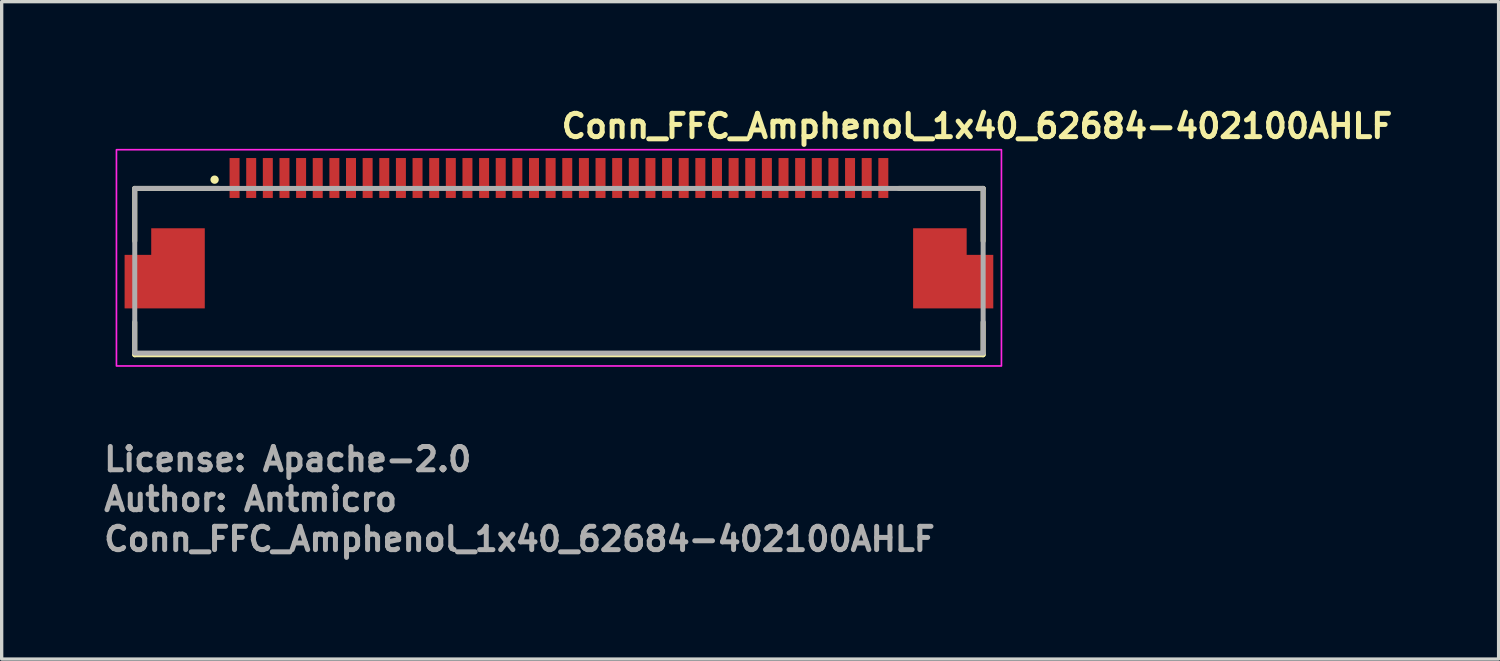
<source format=kicad_pcb>
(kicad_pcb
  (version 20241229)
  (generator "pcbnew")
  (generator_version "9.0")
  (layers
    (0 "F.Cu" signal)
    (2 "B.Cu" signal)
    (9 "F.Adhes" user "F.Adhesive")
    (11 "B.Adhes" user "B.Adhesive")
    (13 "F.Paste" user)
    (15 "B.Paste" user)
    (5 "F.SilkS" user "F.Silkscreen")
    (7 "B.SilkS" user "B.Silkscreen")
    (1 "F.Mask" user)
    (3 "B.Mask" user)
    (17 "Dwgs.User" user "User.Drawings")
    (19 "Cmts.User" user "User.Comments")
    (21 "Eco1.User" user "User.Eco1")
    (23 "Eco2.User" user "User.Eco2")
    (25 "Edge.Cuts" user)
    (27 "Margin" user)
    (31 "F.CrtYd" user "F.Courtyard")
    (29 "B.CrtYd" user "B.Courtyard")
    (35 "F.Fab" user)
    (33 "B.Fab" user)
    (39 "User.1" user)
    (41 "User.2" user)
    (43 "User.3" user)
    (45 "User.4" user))
  (footprint "Conn_FFC_Amphenol_1x40_62684-402100AHLF"
    (layer "F.Cu")
    (at 13.75 4.85)
    (property "Reference" "Conn_FFC_Amphenol_1x40_62684-402100AHLF" (at 0 -3.7 0) (layer "F.SilkS") (effects (font (size 0.7 0.7) (thickness 0.15)) (justify left bottom)))
    (attr smd)
    (fp_poly (pts (xy -10.55 -1.137) (xy -12.35 -1.137) (xy -12.35 -0.337) (xy -13.15 -0.337) (xy -13.15 1.463) (xy -10.55 1.463)) (stroke (width 0.01) (type solid)) (fill yes) (layer "F.Mask"))
    (fp_poly (pts (xy 10.55 -1.137) (xy 12.35 -1.137) (xy 12.35 -0.337) (xy 13.15 -0.337) (xy 13.15 1.463) (xy 10.55 1.463)) (stroke (width 0.01) (type solid)) (fill yes) (layer "F.Mask"))
    (fp_line (start -12.75 -2.237) (end -12.75 -0.657) (stroke (width 0.15) (type solid)) (layer "F.SilkS"))
    (fp_line (start -12.75 -2.237) (end -10.22 -2.237) (stroke (width 0.15) (type solid)) (layer "F.SilkS"))
    (fp_line (start -12.75 2.763) (end -12.75 1.783) (stroke (width 0.15) (type solid)) (layer "F.SilkS"))
    (fp_line (start 12.75 -2.237) (end 10.22 -2.237) (stroke (width 0.15) (type solid)) (layer "F.SilkS"))
    (fp_line (start 12.75 -0.657) (end 12.75 -2.237) (stroke (width 0.15) (type solid)) (layer "F.SilkS"))
    (fp_line (start 12.75 1.783) (end 12.75 2.763) (stroke (width 0.15) (type solid)) (layer "F.SilkS"))
    (fp_line (start 12.75 2.763) (end -12.75 2.763) (stroke (width 0.15) (type solid)) (layer "F.SilkS"))
    (fp_circle (center -10.35 -2.5) (end -10.3 -2.5) (stroke (width 0.15) (type solid)) (fill yes) (layer "F.SilkS"))
    (fp_poly (pts (xy -10.65 -1.037) (xy -12.25 -1.037) (xy -12.25 -0.237) (xy -13.05 -0.237) (xy -13.05 1.363) (xy -10.65 1.363)) (stroke (width 0.01) (type solid)) (fill yes) (layer "F.Paste"))
    (fp_poly (pts (xy 10.65 -1.037) (xy 12.25 -1.037) (xy 12.25 -0.237) (xy 13.05 -0.237) (xy 13.05 1.363) (xy 10.65 1.363)) (stroke (width 0.01) (type solid)) (fill yes) (layer "F.Paste"))
    (fp_rect (start -13.3 -3.4) (end 13.3 3.1) (stroke (width 0.05) (type solid)) (fill no) (layer "F.CrtYd"))
    (fp_line (start -12.75 -2.237) (end 12.75 -2.237) (stroke (width 0.15) (type solid)) (layer "F.Fab"))
    (fp_line (start -12.75 2.7) (end -12.75 -2.237) (stroke (width 0.15) (type solid)) (layer "F.Fab"))
    (fp_line (start 12.75 -2.237) (end 12.75 2.7) (stroke (width 0.15) (type solid)) (layer "F.Fab"))
    (fp_line (start 12.75 2.713) (end -12.75 2.713) (stroke (width 0.15) (type solid)) (layer "F.Fab"))
    (fp_rect (start -12.75 -2.8) (end 12.75 2.8) (stroke (width 0.1) (type solid)) (fill no) (layer "User.5"))
    (fp_line (start -12.75 0.1) (end -12.15 0.1) (stroke (width 0.02) (type solid)) (layer "User.9"))
    (fp_line (start -12.75 0.35) (end -12.75 0.1) (stroke (width 0.02) (type solid)) (layer "User.9"))
    (fp_line (start -12.75 0.85) (end -12.5 0.85) (stroke (width 0.02) (type solid)) (layer "User.9"))
    (fp_line (start -12.75 1.1) (end -12.75 0.85) (stroke (width 0.02) (type solid)) (layer "User.9"))
    (fp_line (start -12.75 1.8) (end -12.75 2.6) (stroke (width 0.02) (type solid)) (layer "User.9"))
    (fp_line (start -12.75 2.61) (end -12.75 2.6) (stroke (width 0.02) (type solid)) (layer "User.9"))
    (fp_line (start -12.749 2.62) (end -12.75 2.61) (stroke (width 0.02) (type solid)) (layer "User.9"))
    (fp_line (start -12.748 2.63) (end -12.749 2.62) (stroke (width 0.02) (type solid)) (layer "User.9"))
    (fp_line (start -12.746 2.64) (end -12.748 2.63) (stroke (width 0.02) (type solid)) (layer "User.9"))
    (fp_line (start -12.744 2.65) (end -12.746 2.64) (stroke (width 0.02) (type solid)) (layer "User.9"))
    (fp_line (start -12.741 2.659) (end -12.744 2.65) (stroke (width 0.02) (type solid)) (layer "User.9"))
    (fp_line (start -12.738 2.669) (end -12.741 2.659) (stroke (width 0.02) (type solid)) (layer "User.9"))
    (fp_line (start -12.734 2.678) (end -12.738 2.669) (stroke (width 0.02) (type solid)) (layer "User.9"))
    (fp_line (start -12.73 2.687) (end -12.734 2.678) (stroke (width 0.02) (type solid)) (layer "User.9"))
    (fp_line (start -12.726 2.695) (end -12.73 2.687) (stroke (width 0.02) (type solid)) (layer "User.9"))
    (fp_line (start -12.721 2.704) (end -12.726 2.695) (stroke (width 0.02) (type solid)) (layer "User.9"))
    (fp_line (start -12.716 2.712) (end -12.721 2.704) (stroke (width 0.02) (type solid)) (layer "User.9"))
    (fp_line (start -12.71 2.72) (end -12.716 2.712) (stroke (width 0.02) (type solid)) (layer "User.9"))
    (fp_line (start -12.704 2.727) (end -12.71 2.72) (stroke (width 0.02) (type solid)) (layer "User.9"))
    (fp_line (start -12.698 2.734) (end -12.704 2.727) (stroke (width 0.02) (type solid)) (layer "User.9"))
    (fp_line (start -12.691 2.741) (end -12.698 2.734) (stroke (width 0.02) (type solid)) (layer "User.9"))
    (fp_line (start -12.684 2.748) (end -12.691 2.741) (stroke (width 0.02) (type solid)) (layer "User.9"))
    (fp_line (start -12.677 2.754) (end -12.684 2.748) (stroke (width 0.02) (type solid)) (layer "User.9"))
    (fp_line (start -12.67 2.76) (end -12.677 2.754) (stroke (width 0.02) (type solid)) (layer "User.9"))
    (fp_line (start -12.662 2.766) (end -12.67 2.76) (stroke (width 0.02) (type solid)) (layer "User.9"))
    (fp_line (start -12.654 2.771) (end -12.662 2.766) (stroke (width 0.02) (type solid)) (layer "User.9"))
    (fp_line (start -12.645 2.776) (end -12.654 2.771) (stroke (width 0.02) (type solid)) (layer "User.9"))
    (fp_line (start -12.637 2.78) (end -12.645 2.776) (stroke (width 0.02) (type solid)) (layer "User.9"))
    (fp_line (start -12.628 2.784) (end -12.637 2.78) (stroke (width 0.02) (type solid)) (layer "User.9"))
    (fp_line (start -12.619 2.788) (end -12.628 2.784) (stroke (width 0.02) (type solid)) (layer "User.9"))
    (fp_line (start -12.609 2.791) (end -12.619 2.788) (stroke (width 0.02) (type solid)) (layer "User.9"))
    (fp_line (start -12.6 2.794) (end -12.609 2.791) (stroke (width 0.02) (type solid)) (layer "User.9"))
    (fp_line (start -12.59 2.796) (end -12.6 2.794) (stroke (width 0.02) (type solid)) (layer "User.9"))
    (fp_line (start -12.58 2.798) (end -12.59 2.796) (stroke (width 0.02) (type solid)) (layer "User.9"))
    (fp_line (start -12.57 2.799) (end -12.58 2.798) (stroke (width 0.02) (type solid)) (layer "User.9"))
    (fp_line (start -12.56 2.8) (end -12.57 2.799) (stroke (width 0.02) (type solid)) (layer "User.9"))
    (fp_line (start -12.55 1.8) (end -12.75 1.8) (stroke (width 0.02) (type solid)) (layer "User.9"))
    (fp_line (start -12.55 2.8) (end -12.56 2.8) (stroke (width 0.02) (type solid)) (layer "User.9"))
    (fp_line (start -12.55 2.8) (end -10.525 2.8) (stroke (width 0.02) (type solid)) (layer "User.9"))
    (fp_line (start -12.55 2.8) (end -10.525 2.8) (stroke (width 0.02) (type solid)) (layer "User.9"))
    (fp_line (start -12.5 0.35) (end -12.75 0.35) (stroke (width 0.02) (type solid)) (layer "User.9"))
    (fp_line (start -12.5 0.85) (end -12.5 0.35) (stroke (width 0.02) (type solid)) (layer "User.9"))
    (fp_line (start -12.217 1.1) (end -12.75 1.1) (stroke (width 0.02) (type solid)) (layer "User.9"))
    (fp_line (start -12.15 -2) (end -11.95 -2.2) (stroke (width 0.02) (type solid)) (layer "User.9"))
    (fp_line (start -12.15 0.245) (end -12.272 1.8) (stroke (width 0.02) (type solid)) (layer "User.9"))
    (fp_line (start -12.15 1.3) (end -12.15 -2) (stroke (width 0.02) (type solid)) (layer "User.9"))
    (fp_line (start -11.75 1.7) (end -12.15 1.3) (stroke (width 0.02) (type solid)) (layer "User.9"))
    (fp_line (start -11.466 1.709) (end -11.479 1.7) (stroke (width 0.02) (type solid)) (layer "User.9"))
    (fp_line (start -11.453 1.718) (end -11.466 1.709) (stroke (width 0.02) (type solid)) (layer "User.9"))
    (fp_line (start -11.439 1.726) (end -11.453 1.718) (stroke (width 0.02) (type solid)) (layer "User.9"))
    (fp_line (start -11.426 1.734) (end -11.439 1.726) (stroke (width 0.02) (type solid)) (layer "User.9"))
    (fp_line (start -11.412 1.742) (end -11.426 1.734) (stroke (width 0.02) (type solid)) (layer "User.9"))
    (fp_line (start -11.398 1.749) (end -11.412 1.742) (stroke (width 0.02) (type solid)) (layer "User.9"))
    (fp_line (start -11.384 1.756) (end -11.398 1.749) (stroke (width 0.02) (type solid)) (layer "User.9"))
    (fp_line (start -11.37 1.762) (end -11.384 1.756) (stroke (width 0.02) (type solid)) (layer "User.9"))
    (fp_line (start -11.355 1.768) (end -11.37 1.762) (stroke (width 0.02) (type solid)) (layer "User.9"))
    (fp_line (start -11.34 1.774) (end -11.383 1.7) (stroke (width 0.02) (type solid)) (layer "User.9"))
    (fp_line (start -11.34 1.774) (end -11.355 1.768) (stroke (width 0.02) (type solid)) (layer "User.9"))
    (fp_line (start -11.326 1.779) (end -11.34 1.774) (stroke (width 0.02) (type solid)) (layer "User.9"))
    (fp_line (start -11.311 1.784) (end -11.326 1.779) (stroke (width 0.02) (type solid)) (layer "User.9"))
    (fp_line (start -11.296 1.789) (end -11.311 1.784) (stroke (width 0.02) (type solid)) (layer "User.9"))
    (fp_line (start -11.281 1.793) (end -11.296 1.789) (stroke (width 0.02) (type solid)) (layer "User.9"))
    (fp_line (start -11.265 1.797) (end -11.281 1.793) (stroke (width 0.02) (type solid)) (layer "User.9"))
    (fp_line (start -11.25 1.8) (end -11.265 1.797) (stroke (width 0.02) (type solid)) (layer "User.9"))
    (fp_line (start -11.025 1.8) (end -11.025 1.7) (stroke (width 0.02) (type solid)) (layer "User.9"))
    (fp_line (start -10.525 2.8) (end -10.325 2.8) (stroke (width 0.02) (type solid)) (layer "User.9"))
    (fp_line (start -10.516 2.8) (end -10.525 2.8) (stroke (width 0.02) (type solid)) (layer "User.9"))
    (fp_line (start -10.507 2.799) (end -10.516 2.8) (stroke (width 0.02) (type solid)) (layer "User.9"))
    (fp_line (start -10.498 2.798) (end -10.507 2.799) (stroke (width 0.02) (type solid)) (layer "User.9"))
    (fp_line (start -10.489 2.797) (end -10.498 2.798) (stroke (width 0.02) (type solid)) (layer "User.9"))
    (fp_line (start -10.479 2.795) (end -10.489 2.797) (stroke (width 0.02) (type solid)) (layer "User.9"))
    (fp_line (start -10.47 2.792) (end -10.479 2.795) (stroke (width 0.02) (type solid)) (layer "User.9"))
    (fp_line (start -10.461 2.789) (end -10.47 2.792) (stroke (width 0.02) (type solid)) (layer "User.9"))
    (fp_line (start -10.451 2.786) (end -10.461 2.789) (stroke (width 0.02) (type solid)) (layer "User.9"))
    (fp_line (start -10.442 2.782) (end -10.451 2.786) (stroke (width 0.02) (type solid)) (layer "User.9"))
    (fp_line (start -10.433 2.778) (end -10.442 2.782) (stroke (width 0.02) (type solid)) (layer "User.9"))
    (fp_line (start -10.424 2.773) (end -10.433 2.778) (stroke (width 0.02) (type solid)) (layer "User.9"))
    (fp_line (start -10.416 2.767) (end -10.424 2.773) (stroke (width 0.02) (type solid)) (layer "User.9"))
    (fp_line (start -10.407 2.762) (end -10.416 2.767) (stroke (width 0.02) (type solid)) (layer "User.9"))
    (fp_line (start -10.399 2.755) (end -10.407 2.762) (stroke (width 0.02) (type solid)) (layer "User.9"))
    (fp_line (start -10.391 2.749) (end -10.399 2.755) (stroke (width 0.02) (type solid)) (layer "User.9"))
    (fp_line (start -10.384 2.741) (end -10.391 2.749) (stroke (width 0.02) (type solid)) (layer "User.9"))
    (fp_line (start -10.384 2.741) (end -10.384 2.741) (stroke (width 0.02) (type solid)) (layer "User.9"))
    (fp_line (start -10.376 2.734) (end -10.384 2.741) (stroke (width 0.02) (type solid)) (layer "User.9"))
    (fp_line (start -10.37 2.726) (end -10.376 2.734) (stroke (width 0.02) (type solid)) (layer "User.9"))
    (fp_line (start -10.363 2.718) (end -10.37 2.726) (stroke (width 0.02) (type solid)) (layer "User.9"))
    (fp_line (start -10.358 2.709) (end -10.363 2.718) (stroke (width 0.02) (type solid)) (layer "User.9"))
    (fp_line (start -10.352 2.701) (end -10.358 2.709) (stroke (width 0.02) (type solid)) (layer "User.9"))
    (fp_line (start -10.347 2.692) (end -10.352 2.701) (stroke (width 0.02) (type solid)) (layer "User.9"))
    (fp_line (start -10.343 2.683) (end -10.347 2.692) (stroke (width 0.02) (type solid)) (layer "User.9"))
    (fp_line (start -10.339 2.674) (end -10.343 2.683) (stroke (width 0.02) (type solid)) (layer "User.9"))
    (fp_line (start -10.336 2.664) (end -10.339 2.674) (stroke (width 0.02) (type solid)) (layer "User.9"))
    (fp_line (start -10.333 2.655) (end -10.336 2.664) (stroke (width 0.02) (type solid)) (layer "User.9"))
    (fp_line (start -10.33 2.646) (end -10.333 2.655) (stroke (width 0.02) (type solid)) (layer "User.9"))
    (fp_line (start -10.328 2.636) (end -10.33 2.646) (stroke (width 0.02) (type solid)) (layer "User.9"))
    (fp_line (start -10.327 2.627) (end -10.328 2.636) (stroke (width 0.02) (type solid)) (layer "User.9"))
    (fp_line (start -10.326 2.618) (end -10.327 2.627) (stroke (width 0.02) (type solid)) (layer "User.9"))
    (fp_line (start -10.325 1.7) (end -11.75 1.7) (stroke (width 0.02) (type solid)) (layer "User.9"))
    (fp_line (start -10.325 1.8) (end -12.55 1.8) (stroke (width 0.02) (type solid)) (layer "User.9"))
    (fp_line (start -10.325 2.6) (end -10.325 2.609) (stroke (width 0.02) (type solid)) (layer "User.9"))
    (fp_line (start -10.325 2.609) (end -10.326 2.618) (stroke (width 0.02) (type solid)) (layer "User.9"))
    (fp_line (start -10.325 2.8) (end -10.325 1.7) (stroke (width 0.02) (type solid)) (layer "User.9"))
    (fp_line (start -10.325 2.8) (end 10.325 2.8) (stroke (width 0.02) (type solid)) (layer "User.9"))
    (fp_line (start -9.85 -2.8) (end -9.85 -2.3) (stroke (width 0.02) (type solid)) (layer "User.9"))
    (fp_line (start -9.85 -2.3) (end -9.85 -2.2) (stroke (width 0.02) (type solid)) (layer "User.9"))
    (fp_line (start -9.65 -2.8) (end -9.85 -2.8) (stroke (width 0.02) (type solid)) (layer "User.9"))
    (fp_line (start -9.65 -2.8) (end -9.65 -2.3) (stroke (width 0.02) (type solid)) (layer "User.9"))
    (fp_line (start -9.65 -2.3) (end -9.85 -2.3) (stroke (width 0.02) (type solid)) (layer "User.9"))
    (fp_line (start -9.65 -2.3) (end -9.65 -2.2) (stroke (width 0.02) (type solid)) (layer "User.9"))
    (fp_line (start -9.35 -2.8) (end -9.35 -2.3) (stroke (width 0.02) (type solid)) (layer "User.9"))
    (fp_line (start -9.35 -2.3) (end -9.35 -2.2) (stroke (width 0.02) (type solid)) (layer "User.9"))
    (fp_line (start -9.15 -2.8) (end -9.35 -2.8) (stroke (width 0.02) (type solid)) (layer "User.9"))
    (fp_line (start -9.15 -2.8) (end -9.15 -2.3) (stroke (width 0.02) (type solid)) (layer "User.9"))
    (fp_line (start -9.15 -2.3) (end -9.35 -2.3) (stroke (width 0.02) (type solid)) (layer "User.9"))
    (fp_line (start -9.15 -2.3) (end -9.15 -2.2) (stroke (width 0.02) (type solid)) (layer "User.9"))
    (fp_line (start -8.85 -2.8) (end -8.85 -2.3) (stroke (width 0.02) (type solid)) (layer "User.9"))
    (fp_line (start -8.85 -2.3) (end -8.85 -2.2) (stroke (width 0.02) (type solid)) (layer "User.9"))
    (fp_line (start -8.65 -2.8) (end -8.85 -2.8) (stroke (width 0.02) (type solid)) (layer "User.9"))
    (fp_line (start -8.65 -2.8) (end -8.65 -2.3) (stroke (width 0.02) (type solid)) (layer "User.9"))
    (fp_line (start -8.65 -2.3) (end -8.85 -2.3) (stroke (width 0.02) (type solid)) (layer "User.9"))
    (fp_line (start -8.65 -2.3) (end -8.65 -2.2) (stroke (width 0.02) (type solid)) (layer "User.9"))
    (fp_line (start -8.35 -2.8) (end -8.35 -2.3) (stroke (width 0.02) (type solid)) (layer "User.9"))
    (fp_line (start -8.35 -2.3) (end -8.35 -2.2) (stroke (width 0.02) (type solid)) (layer "User.9"))
    (fp_line (start -8.15 -2.8) (end -8.35 -2.8) (stroke (width 0.02) (type solid)) (layer "User.9"))
    (fp_line (start -8.15 -2.8) (end -8.15 -2.3) (stroke (width 0.02) (type solid)) (layer "User.9"))
    (fp_line (start -8.15 -2.3) (end -8.35 -2.3) (stroke (width 0.02) (type solid)) (layer "User.9"))
    (fp_line (start -8.15 -2.3) (end -8.15 -2.2) (stroke (width 0.02) (type solid)) (layer "User.9"))
    (fp_line (start -7.85 -2.8) (end -7.85 -2.3) (stroke (width 0.02) (type solid)) (layer "User.9"))
    (fp_line (start -7.85 -2.3) (end -7.85 -2.2) (stroke (width 0.02) (type solid)) (layer "User.9"))
    (fp_line (start -7.65 -2.8) (end -7.85 -2.8) (stroke (width 0.02) (type solid)) (layer "User.9"))
    (fp_line (start -7.65 -2.8) (end -7.65 -2.3) (stroke (width 0.02) (type solid)) (layer "User.9"))
    (fp_line (start -7.65 -2.3) (end -7.85 -2.3) (stroke (width 0.02) (type solid)) (layer "User.9"))
    (fp_line (start -7.65 -2.3) (end -7.65 -2.2) (stroke (width 0.02) (type solid)) (layer "User.9"))
    (fp_line (start -7.35 -2.8) (end -7.35 -2.3) (stroke (width 0.02) (type solid)) (layer "User.9"))
    (fp_line (start -7.35 -2.3) (end -7.35 -2.2) (stroke (width 0.02) (type solid)) (layer "User.9"))
    (fp_line (start -7.15 -2.8) (end -7.35 -2.8) (stroke (width 0.02) (type solid)) (layer "User.9"))
    (fp_line (start -7.15 -2.8) (end -7.15 -2.3) (stroke (width 0.02) (type solid)) (layer "User.9"))
    (fp_line (start -7.15 -2.3) (end -7.35 -2.3) (stroke (width 0.02) (type solid)) (layer "User.9"))
    (fp_line (start -7.15 -2.3) (end -7.15 -2.2) (stroke (width 0.02) (type solid)) (layer "User.9"))
    (fp_line (start -6.85 -2.8) (end -6.85 -2.3) (stroke (width 0.02) (type solid)) (layer "User.9"))
    (fp_line (start -6.85 -2.3) (end -6.85 -2.2) (stroke (width 0.02) (type solid)) (layer "User.9"))
    (fp_line (start -6.65 -2.8) (end -6.85 -2.8) (stroke (width 0.02) (type solid)) (layer "User.9"))
    (fp_line (start -6.65 -2.8) (end -6.65 -2.3) (stroke (width 0.02) (type solid)) (layer "User.9"))
    (fp_line (start -6.65 -2.3) (end -6.85 -2.3) (stroke (width 0.02) (type solid)) (layer "User.9"))
    (fp_line (start -6.65 -2.3) (end -6.65 -2.2) (stroke (width 0.02) (type solid)) (layer "User.9"))
    (fp_line (start -6.35 -2.8) (end -6.35 -2.3) (stroke (width 0.02) (type solid)) (layer "User.9"))
    (fp_line (start -6.35 -2.3) (end -6.35 -2.2) (stroke (width 0.02) (type solid)) (layer "User.9"))
    (fp_line (start -6.15 -2.8) (end -6.35 -2.8) (stroke (width 0.02) (type solid)) (layer "User.9"))
    (fp_line (start -6.15 -2.8) (end -6.15 -2.3) (stroke (width 0.02) (type solid)) (layer "User.9"))
    (fp_line (start -6.15 -2.3) (end -6.35 -2.3) (stroke (width 0.02) (type solid)) (layer "User.9"))
    (fp_line (start -6.15 -2.3) (end -6.15 -2.2) (stroke (width 0.02) (type solid)) (layer "User.9"))
    (fp_line (start -5.85 -2.8) (end -5.85 -2.3) (stroke (width 0.02) (type solid)) (layer "User.9"))
    (fp_line (start -5.85 -2.3) (end -5.85 -2.2) (stroke (width 0.02) (type solid)) (layer "User.9"))
    (fp_line (start -5.65 -2.8) (end -5.85 -2.8) (stroke (width 0.02) (type solid)) (layer "User.9"))
    (fp_line (start -5.65 -2.8) (end -5.65 -2.3) (stroke (width 0.02) (type solid)) (layer "User.9"))
    (fp_line (start -5.65 -2.3) (end -5.85 -2.3) (stroke (width 0.02) (type solid)) (layer "User.9"))
    (fp_line (start -5.65 -2.3) (end -5.65 -2.2) (stroke (width 0.02) (type solid)) (layer "User.9"))
    (fp_line (start -5.35 -2.8) (end -5.35 -2.3) (stroke (width 0.02) (type solid)) (layer "User.9"))
    (fp_line (start -5.35 -2.3) (end -5.35 -2.2) (stroke (width 0.02) (type solid)) (layer "User.9"))
    (fp_line (start -5.15 -2.8) (end -5.35 -2.8) (stroke (width 0.02) (type solid)) (layer "User.9"))
    (fp_line (start -5.15 -2.8) (end -5.15 -2.3) (stroke (width 0.02) (type solid)) (layer "User.9"))
    (fp_line (start -5.15 -2.3) (end -5.35 -2.3) (stroke (width 0.02) (type solid)) (layer "User.9"))
    (fp_line (start -5.15 -2.3) (end -5.15 -2.2) (stroke (width 0.02) (type solid)) (layer "User.9"))
    (fp_line (start -4.85 -2.8) (end -4.85 -2.3) (stroke (width 0.02) (type solid)) (layer "User.9"))
    (fp_line (start -4.85 -2.3) (end -4.85 -2.2) (stroke (width 0.02) (type solid)) (layer "User.9"))
    (fp_line (start -4.65 -2.8) (end -4.85 -2.8) (stroke (width 0.02) (type solid)) (layer "User.9"))
    (fp_line (start -4.65 -2.8) (end -4.65 -2.3) (stroke (width 0.02) (type solid)) (layer "User.9"))
    (fp_line (start -4.65 -2.3) (end -4.85 -2.3) (stroke (width 0.02) (type solid)) (layer "User.9"))
    (fp_line (start -4.65 -2.3) (end -4.65 -2.2) (stroke (width 0.02) (type solid)) (layer "User.9"))
    (fp_line (start -4.35 -2.8) (end -4.35 -2.3) (stroke (width 0.02) (type solid)) (layer "User.9"))
    (fp_line (start -4.35 -2.3) (end -4.35 -2.2) (stroke (width 0.02) (type solid)) (layer "User.9"))
    (fp_line (start -4.15 -2.8) (end -4.35 -2.8) (stroke (width 0.02) (type solid)) (layer "User.9"))
    (fp_line (start -4.15 -2.8) (end -4.15 -2.3) (stroke (width 0.02) (type solid)) (layer "User.9"))
    (fp_line (start -4.15 -2.3) (end -4.35 -2.3) (stroke (width 0.02) (type solid)) (layer "User.9"))
    (fp_line (start -4.15 -2.3) (end -4.15 -2.2) (stroke (width 0.02) (type solid)) (layer "User.9"))
    (fp_line (start -3.85 -2.8) (end -3.85 -2.3) (stroke (width 0.02) (type solid)) (layer "User.9"))
    (fp_line (start -3.85 -2.3) (end -3.85 -2.2) (stroke (width 0.02) (type solid)) (layer "User.9"))
    (fp_line (start -3.65 -2.8) (end -3.85 -2.8) (stroke (width 0.02) (type solid)) (layer "User.9"))
    (fp_line (start -3.65 -2.8) (end -3.65 -2.3) (stroke (width 0.02) (type solid)) (layer "User.9"))
    (fp_line (start -3.65 -2.3) (end -3.85 -2.3) (stroke (width 0.02) (type solid)) (layer "User.9"))
    (fp_line (start -3.65 -2.3) (end -3.65 -2.2) (stroke (width 0.02) (type solid)) (layer "User.9"))
    (fp_line (start -3.35 -2.8) (end -3.35 -2.3) (stroke (width 0.02) (type solid)) (layer "User.9"))
    (fp_line (start -3.35 -2.3) (end -3.35 -2.2) (stroke (width 0.02) (type solid)) (layer "User.9"))
    (fp_line (start -3.15 -2.8) (end -3.35 -2.8) (stroke (width 0.02) (type solid)) (layer "User.9"))
    (fp_line (start -3.15 -2.8) (end -3.15 -2.3) (stroke (width 0.02) (type solid)) (layer "User.9"))
    (fp_line (start -3.15 -2.3) (end -3.35 -2.3) (stroke (width 0.02) (type solid)) (layer "User.9"))
    (fp_line (start -3.15 -2.3) (end -3.15 -2.2) (stroke (width 0.02) (type solid)) (layer "User.9"))
    (fp_line (start -2.85 -2.8) (end -2.85 -2.3) (stroke (width 0.02) (type solid)) (layer "User.9"))
    (fp_line (start -2.85 -2.3) (end -2.85 -2.2) (stroke (width 0.02) (type solid)) (layer "User.9"))
    (fp_line (start -2.65 -2.8) (end -2.85 -2.8) (stroke (width 0.02) (type solid)) (layer "User.9"))
    (fp_line (start -2.65 -2.8) (end -2.65 -2.3) (stroke (width 0.02) (type solid)) (layer "User.9"))
    (fp_line (start -2.65 -2.3) (end -2.85 -2.3) (stroke (width 0.02) (type solid)) (layer "User.9"))
    (fp_line (start -2.65 -2.3) (end -2.65 -2.2) (stroke (width 0.02) (type solid)) (layer "User.9"))
    (fp_line (start -2.35 -2.8) (end -2.35 -2.3) (stroke (width 0.02) (type solid)) (layer "User.9"))
    (fp_line (start -2.35 -2.3) (end -2.35 -2.2) (stroke (width 0.02) (type solid)) (layer "User.9"))
    (fp_line (start -2.15 -2.8) (end -2.35 -2.8) (stroke (width 0.02) (type solid)) (layer "User.9"))
    (fp_line (start -2.15 -2.8) (end -2.15 -2.3) (stroke (width 0.02) (type solid)) (layer "User.9"))
    (fp_line (start -2.15 -2.3) (end -2.35 -2.3) (stroke (width 0.02) (type solid)) (layer "User.9"))
    (fp_line (start -2.15 -2.3) (end -2.15 -2.2) (stroke (width 0.02) (type solid)) (layer "User.9"))
    (fp_line (start -1.85 -2.8) (end -1.85 -2.3) (stroke (width 0.02) (type solid)) (layer "User.9"))
    (fp_line (start -1.85 -2.3) (end -1.85 -2.2) (stroke (width 0.02) (type solid)) (layer "User.9"))
    (fp_line (start -1.65 -2.8) (end -1.85 -2.8) (stroke (width 0.02) (type solid)) (layer "User.9"))
    (fp_line (start -1.65 -2.8) (end -1.65 -2.3) (stroke (width 0.02) (type solid)) (layer "User.9"))
    (fp_line (start -1.65 -2.3) (end -1.85 -2.3) (stroke (width 0.02) (type solid)) (layer "User.9"))
    (fp_line (start -1.65 -2.3) (end -1.65 -2.2) (stroke (width 0.02) (type solid)) (layer "User.9"))
    (fp_line (start -1.35 -2.8) (end -1.35 -2.3) (stroke (width 0.02) (type solid)) (layer "User.9"))
    (fp_line (start -1.35 -2.3) (end -1.35 -2.2) (stroke (width 0.02) (type solid)) (layer "User.9"))
    (fp_line (start -1.15 -2.8) (end -1.35 -2.8) (stroke (width 0.02) (type solid)) (layer "User.9"))
    (fp_line (start -1.15 -2.8) (end -1.15 -2.3) (stroke (width 0.02) (type solid)) (layer "User.9"))
    (fp_line (start -1.15 -2.3) (end -1.35 -2.3) (stroke (width 0.02) (type solid)) (layer "User.9"))
    (fp_line (start -1.15 -2.3) (end -1.15 -2.2) (stroke (width 0.02) (type solid)) (layer "User.9"))
    (fp_line (start -0.85 -2.8) (end -0.85 -2.3) (stroke (width 0.02) (type solid)) (layer "User.9"))
    (fp_line (start -0.85 -2.3) (end -0.85 -2.2) (stroke (width 0.02) (type solid)) (layer "User.9"))
    (fp_line (start -0.65 -2.8) (end -0.85 -2.8) (stroke (width 0.02) (type solid)) (layer "User.9"))
    (fp_line (start -0.65 -2.8) (end -0.65 -2.3) (stroke (width 0.02) (type solid)) (layer "User.9"))
    (fp_line (start -0.65 -2.3) (end -0.85 -2.3) (stroke (width 0.02) (type solid)) (layer "User.9"))
    (fp_line (start -0.65 -2.3) (end -0.65 -2.2) (stroke (width 0.02) (type solid)) (layer "User.9"))
    (fp_line (start -0.35 -2.8) (end -0.35 -2.3) (stroke (width 0.02) (type solid)) (layer "User.9"))
    (fp_line (start -0.35 -2.3) (end -0.35 -2.2) (stroke (width 0.02) (type solid)) (layer "User.9"))
    (fp_line (start -0.15 -2.8) (end -0.35 -2.8) (stroke (width 0.02) (type solid)) (layer "User.9"))
    (fp_line (start -0.15 -2.8) (end -0.15 -2.3) (stroke (width 0.02) (type solid)) (layer "User.9"))
    (fp_line (start -0.15 -2.3) (end -0.35 -2.3) (stroke (width 0.02) (type solid)) (layer "User.9"))
    (fp_line (start -0.15 -2.3) (end -0.15 -2.2) (stroke (width 0.02) (type solid)) (layer "User.9"))
    (fp_line (start 0.15 -2.8) (end 0.15 -2.3) (stroke (width 0.02) (type solid)) (layer "User.9"))
    (fp_line (start 0.15 -2.3) (end 0.15 -2.2) (stroke (width 0.02) (type solid)) (layer "User.9"))
    (fp_line (start 0.35 -2.8) (end 0.15 -2.8) (stroke (width 0.02) (type solid)) (layer "User.9"))
    (fp_line (start 0.35 -2.8) (end 0.35 -2.3) (stroke (width 0.02) (type solid)) (layer "User.9"))
    (fp_line (start 0.35 -2.3) (end 0.15 -2.3) (stroke (width 0.02) (type solid)) (layer "User.9"))
    (fp_line (start 0.35 -2.3) (end 0.35 -2.2) (stroke (width 0.02) (type solid)) (layer "User.9"))
    (fp_line (start 0.65 -2.8) (end 0.65 -2.3) (stroke (width 0.02) (type solid)) (layer "User.9"))
    (fp_line (start 0.65 -2.3) (end 0.65 -2.2) (stroke (width 0.02) (type solid)) (layer "User.9"))
    (fp_line (start 0.85 -2.8) (end 0.65 -2.8) (stroke (width 0.02) (type solid)) (layer "User.9"))
    (fp_line (start 0.85 -2.8) (end 0.85 -2.3) (stroke (width 0.02) (type solid)) (layer "User.9"))
    (fp_line (start 0.85 -2.3) (end 0.65 -2.3) (stroke (width 0.02) (type solid)) (layer "User.9"))
    (fp_line (start 0.85 -2.3) (end 0.85 -2.2) (stroke (width 0.02) (type solid)) (layer "User.9"))
    (fp_line (start 1.15 -2.8) (end 1.15 -2.3) (stroke (width 0.02) (type solid)) (layer "User.9"))
    (fp_line (start 1.15 -2.3) (end 1.15 -2.2) (stroke (width 0.02) (type solid)) (layer "User.9"))
    (fp_line (start 1.35 -2.8) (end 1.15 -2.8) (stroke (width 0.02) (type solid)) (layer "User.9"))
    (fp_line (start 1.35 -2.8) (end 1.35 -2.3) (stroke (width 0.02) (type solid)) (layer "User.9"))
    (fp_line (start 1.35 -2.3) (end 1.15 -2.3) (stroke (width 0.02) (type solid)) (layer "User.9"))
    (fp_line (start 1.35 -2.3) (end 1.35 -2.2) (stroke (width 0.02) (type solid)) (layer "User.9"))
    (fp_line (start 1.65 -2.8) (end 1.65 -2.3) (stroke (width 0.02) (type solid)) (layer "User.9"))
    (fp_line (start 1.65 -2.3) (end 1.65 -2.2) (stroke (width 0.02) (type solid)) (layer "User.9"))
    (fp_line (start 1.85 -2.8) (end 1.65 -2.8) (stroke (width 0.02) (type solid)) (layer "User.9"))
    (fp_line (start 1.85 -2.8) (end 1.85 -2.3) (stroke (width 0.02) (type solid)) (layer "User.9"))
    (fp_line (start 1.85 -2.3) (end 1.65 -2.3) (stroke (width 0.02) (type solid)) (layer "User.9"))
    (fp_line (start 1.85 -2.3) (end 1.85 -2.2) (stroke (width 0.02) (type solid)) (layer "User.9"))
    (fp_line (start 2.15 -2.8) (end 2.15 -2.3) (stroke (width 0.02) (type solid)) (layer "User.9"))
    (fp_line (start 2.15 -2.3) (end 2.15 -2.2) (stroke (width 0.02) (type solid)) (layer "User.9"))
    (fp_line (start 2.35 -2.8) (end 2.15 -2.8) (stroke (width 0.02) (type solid)) (layer "User.9"))
    (fp_line (start 2.35 -2.8) (end 2.35 -2.3) (stroke (width 0.02) (type solid)) (layer "User.9"))
    (fp_line (start 2.35 -2.3) (end 2.15 -2.3) (stroke (width 0.02) (type solid)) (layer "User.9"))
    (fp_line (start 2.35 -2.3) (end 2.35 -2.2) (stroke (width 0.02) (type solid)) (layer "User.9"))
    (fp_line (start 2.65 -2.8) (end 2.65 -2.3) (stroke (width 0.02) (type solid)) (layer "User.9"))
    (fp_line (start 2.65 -2.3) (end 2.65 -2.2) (stroke (width 0.02) (type solid)) (layer "User.9"))
    (fp_line (start 2.85 -2.8) (end 2.65 -2.8) (stroke (width 0.02) (type solid)) (layer "User.9"))
    (fp_line (start 2.85 -2.8) (end 2.85 -2.3) (stroke (width 0.02) (type solid)) (layer "User.9"))
    (fp_line (start 2.85 -2.3) (end 2.65 -2.3) (stroke (width 0.02) (type solid)) (layer "User.9"))
    (fp_line (start 2.85 -2.3) (end 2.85 -2.2) (stroke (width 0.02) (type solid)) (layer "User.9"))
    (fp_line (start 3.15 -2.8) (end 3.15 -2.3) (stroke (width 0.02) (type solid)) (layer "User.9"))
    (fp_line (start 3.15 -2.3) (end 3.15 -2.2) (stroke (width 0.02) (type solid)) (layer "User.9"))
    (fp_line (start 3.35 -2.8) (end 3.15 -2.8) (stroke (width 0.02) (type solid)) (layer "User.9"))
    (fp_line (start 3.35 -2.8) (end 3.35 -2.3) (stroke (width 0.02) (type solid)) (layer "User.9"))
    (fp_line (start 3.35 -2.3) (end 3.15 -2.3) (stroke (width 0.02) (type solid)) (layer "User.9"))
    (fp_line (start 3.35 -2.3) (end 3.35 -2.2) (stroke (width 0.02) (type solid)) (layer "User.9"))
    (fp_line (start 3.65 -2.8) (end 3.65 -2.3) (stroke (width 0.02) (type solid)) (layer "User.9"))
    (fp_line (start 3.65 -2.3) (end 3.65 -2.2) (stroke (width 0.02) (type solid)) (layer "User.9"))
    (fp_line (start 3.85 -2.8) (end 3.65 -2.8) (stroke (width 0.02) (type solid)) (layer "User.9"))
    (fp_line (start 3.85 -2.8) (end 3.85 -2.3) (stroke (width 0.02) (type solid)) (layer "User.9"))
    (fp_line (start 3.85 -2.3) (end 3.65 -2.3) (stroke (width 0.02) (type solid)) (layer "User.9"))
    (fp_line (start 3.85 -2.3) (end 3.85 -2.2) (stroke (width 0.02) (type solid)) (layer "User.9"))
    (fp_line (start 4.15 -2.8) (end 4.15 -2.3) (stroke (width 0.02) (type solid)) (layer "User.9"))
    (fp_line (start 4.15 -2.3) (end 4.15 -2.2) (stroke (width 0.02) (type solid)) (layer "User.9"))
    (fp_line (start 4.35 -2.8) (end 4.15 -2.8) (stroke (width 0.02) (type solid)) (layer "User.9"))
    (fp_line (start 4.35 -2.8) (end 4.35 -2.3) (stroke (width 0.02) (type solid)) (layer "User.9"))
    (fp_line (start 4.35 -2.3) (end 4.15 -2.3) (stroke (width 0.02) (type solid)) (layer "User.9"))
    (fp_line (start 4.35 -2.3) (end 4.35 -2.2) (stroke (width 0.02) (type solid)) (layer "User.9"))
    (fp_line (start 4.65 -2.8) (end 4.65 -2.3) (stroke (width 0.02) (type solid)) (layer "User.9"))
    (fp_line (start 4.65 -2.3) (end 4.65 -2.2) (stroke (width 0.02) (type solid)) (layer "User.9"))
    (fp_line (start 4.85 -2.8) (end 4.65 -2.8) (stroke (width 0.02) (type solid)) (layer "User.9"))
    (fp_line (start 4.85 -2.8) (end 4.85 -2.3) (stroke (width 0.02) (type solid)) (layer "User.9"))
    (fp_line (start 4.85 -2.3) (end 4.65 -2.3) (stroke (width 0.02) (type solid)) (layer "User.9"))
    (fp_line (start 4.85 -2.3) (end 4.85 -2.2) (stroke (width 0.02) (type solid)) (layer "User.9"))
    (fp_line (start 5.15 -2.8) (end 5.15 -2.3) (stroke (width 0.02) (type solid)) (layer "User.9"))
    (fp_line (start 5.15 -2.3) (end 5.15 -2.2) (stroke (width 0.02) (type solid)) (layer "User.9"))
    (fp_line (start 5.35 -2.8) (end 5.15 -2.8) (stroke (width 0.02) (type solid)) (layer "User.9"))
    (fp_line (start 5.35 -2.8) (end 5.35 -2.3) (stroke (width 0.02) (type solid)) (layer "User.9"))
    (fp_line (start 5.35 -2.3) (end 5.15 -2.3) (stroke (width 0.02) (type solid)) (layer "User.9"))
    (fp_line (start 5.35 -2.3) (end 5.35 -2.2) (stroke (width 0.02) (type solid)) (layer "User.9"))
    (fp_line (start 5.65 -2.8) (end 5.65 -2.3) (stroke (width 0.02) (type solid)) (layer "User.9"))
    (fp_line (start 5.65 -2.3) (end 5.65 -2.2) (stroke (width 0.02) (type solid)) (layer "User.9"))
    (fp_line (start 5.85 -2.8) (end 5.65 -2.8) (stroke (width 0.02) (type solid)) (layer "User.9"))
    (fp_line (start 5.85 -2.8) (end 5.85 -2.3) (stroke (width 0.02) (type solid)) (layer "User.9"))
    (fp_line (start 5.85 -2.3) (end 5.65 -2.3) (stroke (width 0.02) (type solid)) (layer "User.9"))
    (fp_line (start 5.85 -2.3) (end 5.85 -2.2) (stroke (width 0.02) (type solid)) (layer "User.9"))
    (fp_line (start 6.15 -2.8) (end 6.15 -2.3) (stroke (width 0.02) (type solid)) (layer "User.9"))
    (fp_line (start 6.15 -2.3) (end 6.15 -2.2) (stroke (width 0.02) (type solid)) (layer "User.9"))
    (fp_line (start 6.35 -2.8) (end 6.15 -2.8) (stroke (width 0.02) (type solid)) (layer "User.9"))
    (fp_line (start 6.35 -2.8) (end 6.35 -2.3) (stroke (width 0.02) (type solid)) (layer "User.9"))
    (fp_line (start 6.35 -2.3) (end 6.15 -2.3) (stroke (width 0.02) (type solid)) (layer "User.9"))
    (fp_line (start 6.35 -2.3) (end 6.35 -2.2) (stroke (width 0.02) (type solid)) (layer "User.9"))
    (fp_line (start 6.65 -2.8) (end 6.65 -2.3) (stroke (width 0.02) (type solid)) (layer "User.9"))
    (fp_line (start 6.65 -2.3) (end 6.65 -2.2) (stroke (width 0.02) (type solid)) (layer "User.9"))
    (fp_line (start 6.85 -2.8) (end 6.65 -2.8) (stroke (width 0.02) (type solid)) (layer "User.9"))
    (fp_line (start 6.85 -2.8) (end 6.85 -2.3) (stroke (width 0.02) (type solid)) (layer "User.9"))
    (fp_line (start 6.85 -2.3) (end 6.65 -2.3) (stroke (width 0.02) (type solid)) (layer "User.9"))
    (fp_line (start 6.85 -2.3) (end 6.85 -2.2) (stroke (width 0.02) (type solid)) (layer "User.9"))
    (fp_line (start 7.15 -2.8) (end 7.15 -2.3) (stroke (width 0.02) (type solid)) (layer "User.9"))
    (fp_line (start 7.15 -2.3) (end 7.15 -2.2) (stroke (width 0.02) (type solid)) (layer "User.9"))
    (fp_line (start 7.35 -2.8) (end 7.15 -2.8) (stroke (width 0.02) (type solid)) (layer "User.9"))
    (fp_line (start 7.35 -2.8) (end 7.35 -2.3) (stroke (width 0.02) (type solid)) (layer "User.9"))
    (fp_line (start 7.35 -2.3) (end 7.15 -2.3) (stroke (width 0.02) (type solid)) (layer "User.9"))
    (fp_line (start 7.35 -2.3) (end 7.35 -2.2) (stroke (width 0.02) (type solid)) (layer "User.9"))
    (fp_line (start 7.65 -2.8) (end 7.65 -2.3) (stroke (width 0.02) (type solid)) (layer "User.9"))
    (fp_line (start 7.65 -2.3) (end 7.65 -2.2) (stroke (width 0.02) (type solid)) (layer "User.9"))
    (fp_line (start 7.85 -2.8) (end 7.65 -2.8) (stroke (width 0.02) (type solid)) (layer "User.9"))
    (fp_line (start 7.85 -2.8) (end 7.85 -2.3) (stroke (width 0.02) (type solid)) (layer "User.9"))
    (fp_line (start 7.85 -2.3) (end 7.65 -2.3) (stroke (width 0.02) (type solid)) (layer "User.9"))
    (fp_line (start 7.85 -2.3) (end 7.85 -2.2) (stroke (width 0.02) (type solid)) (layer "User.9"))
    (fp_line (start 8.15 -2.8) (end 8.15 -2.3) (stroke (width 0.02) (type solid)) (layer "User.9"))
    (fp_line (start 8.15 -2.3) (end 8.15 -2.2) (stroke (width 0.02) (type solid)) (layer "User.9"))
    (fp_line (start 8.35 -2.8) (end 8.15 -2.8) (stroke (width 0.02) (type solid)) (layer "User.9"))
    (fp_line (start 8.35 -2.8) (end 8.35 -2.3) (stroke (width 0.02) (type solid)) (layer "User.9"))
    (fp_line (start 8.35 -2.3) (end 8.15 -2.3) (stroke (width 0.02) (type solid)) (layer "User.9"))
    (fp_line (start 8.35 -2.3) (end 8.35 -2.2) (stroke (width 0.02) (type solid)) (layer "User.9"))
    (fp_line (start 8.65 -2.8) (end 8.65 -2.3) (stroke (width 0.02) (type solid)) (layer "User.9"))
    (fp_line (start 8.65 -2.3) (end 8.65 -2.2) (stroke (width 0.02) (type solid)) (layer "User.9"))
    (fp_line (start 8.85 -2.8) (end 8.65 -2.8) (stroke (width 0.02) (type solid)) (layer "User.9"))
    (fp_line (start 8.85 -2.8) (end 8.85 -2.3) (stroke (width 0.02) (type solid)) (layer "User.9"))
    (fp_line (start 8.85 -2.3) (end 8.65 -2.3) (stroke (width 0.02) (type solid)) (layer "User.9"))
    (fp_line (start 8.85 -2.3) (end 8.85 -2.2) (stroke (width 0.02) (type solid)) (layer "User.9"))
    (fp_line (start 9.15 -2.8) (end 9.15 -2.3) (stroke (width 0.02) (type solid)) (layer "User.9"))
    (fp_line (start 9.15 -2.3) (end 9.15 -2.2) (stroke (width 0.02) (type solid)) (layer "User.9"))
    (fp_line (start 9.35 -2.8) (end 9.15 -2.8) (stroke (width 0.02) (type solid)) (layer "User.9"))
    (fp_line (start 9.35 -2.8) (end 9.35 -2.3) (stroke (width 0.02) (type solid)) (layer "User.9"))
    (fp_line (start 9.35 -2.3) (end 9.15 -2.3) (stroke (width 0.02) (type solid)) (layer "User.9"))
    (fp_line (start 9.35 -2.3) (end 9.35 -2.2) (stroke (width 0.02) (type solid)) (layer "User.9"))
    (fp_line (start 9.65 -2.8) (end 9.65 -2.3) (stroke (width 0.02) (type solid)) (layer "User.9"))
    (fp_line (start 9.65 -2.3) (end 9.65 -2.2) (stroke (width 0.02) (type solid)) (layer "User.9"))
    (fp_line (start 9.85 -2.8) (end 9.65 -2.8) (stroke (width 0.02) (type solid)) (layer "User.9"))
    (fp_line (start 9.85 -2.8) (end 9.85 -2.3) (stroke (width 0.02) (type solid)) (layer "User.9"))
    (fp_line (start 9.85 -2.3) (end 9.65 -2.3) (stroke (width 0.02) (type solid)) (layer "User.9"))
    (fp_line (start 9.85 -2.3) (end 9.85 -2.2) (stroke (width 0.02) (type solid)) (layer "User.9"))
    (fp_line (start 10.325 1.7) (end 11.75 1.7) (stroke (width 0.02) (type solid)) (layer "User.9"))
    (fp_line (start 10.325 1.8) (end 12.55 1.8) (stroke (width 0.02) (type solid)) (layer "User.9"))
    (fp_line (start 10.325 2.6) (end 10.325 2.609) (stroke (width 0.02) (type solid)) (layer "User.9"))
    (fp_line (start 10.325 2.609) (end 10.326 2.618) (stroke (width 0.02) (type solid)) (layer "User.9"))
    (fp_line (start 10.325 2.8) (end 10.325 1.7) (stroke (width 0.02) (type solid)) (layer "User.9"))
    (fp_line (start 10.325 2.8) (end 10.525 2.8) (stroke (width 0.02) (type solid)) (layer "User.9"))
    (fp_line (start 10.326 2.618) (end 10.327 2.627) (stroke (width 0.02) (type solid)) (layer "User.9"))
    (fp_line (start 10.327 2.627) (end 10.328 2.636) (stroke (width 0.02) (type solid)) (layer "User.9"))
    (fp_line (start 10.328 2.636) (end 10.33 2.646) (stroke (width 0.02) (type solid)) (layer "User.9"))
    (fp_line (start 10.33 2.646) (end 10.333 2.655) (stroke (width 0.02) (type solid)) (layer "User.9"))
    (fp_line (start 10.333 2.655) (end 10.336 2.664) (stroke (width 0.02) (type solid)) (layer "User.9"))
    (fp_line (start 10.336 2.664) (end 10.339 2.674) (stroke (width 0.02) (type solid)) (layer "User.9"))
    (fp_line (start 10.339 2.674) (end 10.343 2.683) (stroke (width 0.02) (type solid)) (layer "User.9"))
    (fp_line (start 10.343 2.683) (end 10.347 2.692) (stroke (width 0.02) (type solid)) (layer "User.9"))
    (fp_line (start 10.347 2.692) (end 10.352 2.701) (stroke (width 0.02) (type solid)) (layer "User.9"))
    (fp_line (start 10.352 2.701) (end 10.358 2.709) (stroke (width 0.02) (type solid)) (layer "User.9"))
    (fp_line (start 10.358 2.709) (end 10.363 2.718) (stroke (width 0.02) (type solid)) (layer "User.9"))
    (fp_line (start 10.363 2.718) (end 10.37 2.726) (stroke (width 0.02) (type solid)) (layer "User.9"))
    (fp_line (start 10.37 2.726) (end 10.376 2.734) (stroke (width 0.02) (type solid)) (layer "User.9"))
    (fp_line (start 10.376 2.734) (end 10.384 2.741) (stroke (width 0.02) (type solid)) (layer "User.9"))
    (fp_line (start 10.384 2.741) (end 10.384 2.741) (stroke (width 0.02) (type solid)) (layer "User.9"))
    (fp_line (start 10.384 2.741) (end 10.391 2.749) (stroke (width 0.02) (type solid)) (layer "User.9"))
    (fp_line (start 10.391 2.749) (end 10.399 2.755) (stroke (width 0.02) (type solid)) (layer "User.9"))
    (fp_line (start 10.399 2.755) (end 10.407 2.762) (stroke (width 0.02) (type solid)) (layer "User.9"))
    (fp_line (start 10.407 2.762) (end 10.416 2.767) (stroke (width 0.02) (type solid)) (layer "User.9"))
    (fp_line (start 10.416 2.767) (end 10.424 2.773) (stroke (width 0.02) (type solid)) (layer "User.9"))
    (fp_line (start 10.424 2.773) (end 10.433 2.778) (stroke (width 0.02) (type solid)) (layer "User.9"))
    (fp_line (start 10.433 2.778) (end 10.442 2.782) (stroke (width 0.02) (type solid)) (layer "User.9"))
    (fp_line (start 10.442 2.782) (end 10.451 2.786) (stroke (width 0.02) (type solid)) (layer "User.9"))
    (fp_line (start 10.451 2.786) (end 10.461 2.789) (stroke (width 0.02) (type solid)) (layer "User.9"))
    (fp_line (start 10.461 2.789) (end 10.47 2.792) (stroke (width 0.02) (type solid)) (layer "User.9"))
    (fp_line (start 10.47 2.792) (end 10.479 2.795) (stroke (width 0.02) (type solid)) (layer "User.9"))
    (fp_line (start 10.479 2.795) (end 10.489 2.797) (stroke (width 0.02) (type solid)) (layer "User.9"))
    (fp_line (start 10.489 2.797) (end 10.498 2.798) (stroke (width 0.02) (type solid)) (layer "User.9"))
    (fp_line (start 10.498 2.798) (end 10.507 2.799) (stroke (width 0.02) (type solid)) (layer "User.9"))
    (fp_line (start 10.507 2.799) (end 10.516 2.8) (stroke (width 0.02) (type solid)) (layer "User.9"))
    (fp_line (start 10.516 2.8) (end 10.525 2.8) (stroke (width 0.02) (type solid)) (layer "User.9"))
    (fp_line (start 10.525 2.8) (end 12.55 2.8) (stroke (width 0.02) (type solid)) (layer "User.9"))
    (fp_line (start 11.025 1.8) (end 11.025 1.7) (stroke (width 0.02) (type solid)) (layer "User.9"))
    (fp_line (start 11.25 1.8) (end 11.265 1.797) (stroke (width 0.02) (type solid)) (layer "User.9"))
    (fp_line (start 11.265 1.797) (end 11.281 1.793) (stroke (width 0.02) (type solid)) (layer "User.9"))
    (fp_line (start 11.281 1.793) (end 11.296 1.789) (stroke (width 0.02) (type solid)) (layer "User.9"))
    (fp_line (start 11.296 1.789) (end 11.311 1.784) (stroke (width 0.02) (type solid)) (layer "User.9"))
    (fp_line (start 11.311 1.784) (end 11.326 1.779) (stroke (width 0.02) (type solid)) (layer "User.9"))
    (fp_line (start 11.326 1.779) (end 11.34 1.774) (stroke (width 0.02) (type solid)) (layer "User.9"))
    (fp_line (start 11.34 1.774) (end 11.355 1.768) (stroke (width 0.02) (type solid)) (layer "User.9"))
    (fp_line (start 11.34 1.774) (end 11.383 1.7) (stroke (width 0.02) (type solid)) (layer "User.9"))
    (fp_line (start 11.355 1.768) (end 11.37 1.762) (stroke (width 0.02) (type solid)) (layer "User.9"))
    (fp_line (start 11.37 1.762) (end 11.384 1.756) (stroke (width 0.02) (type solid)) (layer "User.9"))
    (fp_line (start 11.384 1.756) (end 11.398 1.749) (stroke (width 0.02) (type solid)) (layer "User.9"))
    (fp_line (start 11.398 1.749) (end 11.412 1.742) (stroke (width 0.02) (type solid)) (layer "User.9"))
    (fp_line (start 11.412 1.742) (end 11.426 1.734) (stroke (width 0.02) (type solid)) (layer "User.9"))
    (fp_line (start 11.426 1.734) (end 11.439 1.726) (stroke (width 0.02) (type solid)) (layer "User.9"))
    (fp_line (start 11.439 1.726) (end 11.453 1.718) (stroke (width 0.02) (type solid)) (layer "User.9"))
    (fp_line (start 11.453 1.718) (end 11.466 1.709) (stroke (width 0.02) (type solid)) (layer "User.9"))
    (fp_line (start 11.466 1.709) (end 11.479 1.7) (stroke (width 0.02) (type solid)) (layer "User.9"))
    (fp_line (start 11.75 1.7) (end 12.15 1.3) (stroke (width 0.02) (type solid)) (layer "User.9"))
    (fp_line (start 11.95 -2.2) (end -11.95 -2.2) (stroke (width 0.02) (type solid)) (layer "User.9"))
    (fp_line (start 12.15 -2) (end 11.95 -2.2) (stroke (width 0.02) (type solid)) (layer "User.9"))
    (fp_line (start 12.15 0.245) (end 12.272 1.8) (stroke (width 0.02) (type solid)) (layer "User.9"))
    (fp_line (start 12.15 1.3) (end 12.15 -2) (stroke (width 0.02) (type solid)) (layer "User.9"))
    (fp_line (start 12.217 1.1) (end 12.75 1.1) (stroke (width 0.02) (type solid)) (layer "User.9"))
    (fp_line (start 12.5 0.35) (end 12.75 0.35) (stroke (width 0.02) (type solid)) (layer "User.9"))
    (fp_line (start 12.5 0.85) (end 12.5 0.35) (stroke (width 0.02) (type solid)) (layer "User.9"))
    (fp_line (start 12.55 1.8) (end 12.75 1.8) (stroke (width 0.02) (type solid)) (layer "User.9"))
    (fp_line (start 12.55 2.8) (end 10.525 2.8) (stroke (width 0.02) (type solid)) (layer "User.9"))
    (fp_line (start 12.55 2.8) (end 12.56 2.8) (stroke (width 0.02) (type solid)) (layer "User.9"))
    (fp_line (start 12.56 2.8) (end 12.57 2.799) (stroke (width 0.02) (type solid)) (layer "User.9"))
    (fp_line (start 12.57 2.799) (end 12.58 2.798) (stroke (width 0.02) (type solid)) (layer "User.9"))
    (fp_line (start 12.58 2.798) (end 12.59 2.796) (stroke (width 0.02) (type solid)) (layer "User.9"))
    (fp_line (start 12.59 2.796) (end 12.6 2.794) (stroke (width 0.02) (type solid)) (layer "User.9"))
    (fp_line (start 12.6 2.794) (end 12.609 2.791) (stroke (width 0.02) (type solid)) (layer "User.9"))
    (fp_line (start 12.609 2.791) (end 12.619 2.788) (stroke (width 0.02) (type solid)) (layer "User.9"))
    (fp_line (start 12.619 2.788) (end 12.628 2.784) (stroke (width 0.02) (type solid)) (layer "User.9"))
    (fp_line (start 12.628 2.784) (end 12.637 2.78) (stroke (width 0.02) (type solid)) (layer "User.9"))
    (fp_line (start 12.637 2.78) (end 12.645 2.776) (stroke (width 0.02) (type solid)) (layer "User.9"))
    (fp_line (start 12.645 2.776) (end 12.654 2.771) (stroke (width 0.02) (type solid)) (layer "User.9"))
    (fp_line (start 12.654 2.771) (end 12.662 2.766) (stroke (width 0.02) (type solid)) (layer "User.9"))
    (fp_line (start 12.662 2.766) (end 12.67 2.76) (stroke (width 0.02) (type solid)) (layer "User.9"))
    (fp_line (start 12.67 2.76) (end 12.677 2.754) (stroke (width 0.02) (type solid)) (layer "User.9"))
    (fp_line (start 12.677 2.754) (end 12.684 2.748) (stroke (width 0.02) (type solid)) (layer "User.9"))
    (fp_line (start 12.684 2.748) (end 12.691 2.741) (stroke (width 0.02) (type solid)) (layer "User.9"))
    (fp_line (start 12.691 2.741) (end 12.698 2.734) (stroke (width 0.02) (type solid)) (layer "User.9"))
    (fp_line (start 12.698 2.734) (end 12.704 2.727) (stroke (width 0.02) (type solid)) (layer "User.9"))
    (fp_line (start 12.704 2.727) (end 12.71 2.72) (stroke (width 0.02) (type solid)) (layer "User.9"))
    (fp_line (start 12.71 2.72) (end 12.716 2.712) (stroke (width 0.02) (type solid)) (layer "User.9"))
    (fp_line (start 12.716 2.712) (end 12.721 2.704) (stroke (width 0.02) (type solid)) (layer "User.9"))
    (fp_line (start 12.721 2.704) (end 12.726 2.695) (stroke (width 0.02) (type solid)) (layer "User.9"))
    (fp_line (start 12.726 2.695) (end 12.73 2.687) (stroke (width 0.02) (type solid)) (layer "User.9"))
    (fp_line (start 12.73 2.687) (end 12.734 2.678) (stroke (width 0.02) (type solid)) (layer "User.9"))
    (fp_line (start 12.734 2.678) (end 12.738 2.669) (stroke (width 0.02) (type solid)) (layer "User.9"))
    (fp_line (start 12.738 2.669) (end 12.741 2.659) (stroke (width 0.02) (type solid)) (layer "User.9"))
    (fp_line (start 12.741 2.659) (end 12.744 2.65) (stroke (width 0.02) (type solid)) (layer "User.9"))
    (fp_line (start 12.744 2.65) (end 12.746 2.64) (stroke (width 0.02) (type solid)) (layer "User.9"))
    (fp_line (start 12.746 2.64) (end 12.748 2.63) (stroke (width 0.02) (type solid)) (layer "User.9"))
    (fp_line (start 12.748 2.63) (end 12.749 2.62) (stroke (width 0.02) (type solid)) (layer "User.9"))
    (fp_line (start 12.749 2.62) (end 12.75 2.61) (stroke (width 0.02) (type solid)) (layer "User.9"))
    (fp_line (start 12.75 0.1) (end 12.15 0.1) (stroke (width 0.02) (type solid)) (layer "User.9"))
    (fp_line (start 12.75 0.35) (end 12.75 0.1) (stroke (width 0.02) (type solid)) (layer "User.9"))
    (fp_line (start 12.75 0.85) (end 12.5 0.85) (stroke (width 0.02) (type solid)) (layer "User.9"))
    (fp_line (start 12.75 1.1) (end 12.75 0.85) (stroke (width 0.02) (type solid)) (layer "User.9"))
    (fp_line (start 12.75 1.8) (end 12.75 2.6) (stroke (width 0.02) (type solid)) (layer "User.9"))
    (fp_line (start 12.75 2.61) (end 12.75 2.6) (stroke (width 0.02) (type solid)) (layer "User.9"))
    (fp_text user "Author: Antmicro" (at -13.75 7.513 0) (layer "F.Fab") (effects (font (size 0.7 0.7) (thickness 0.15)) (justify left bottom)))
    (fp_text user "${REFERENCE}" (at -13.75 8.713 0) (layer "F.Fab") (effects (font (size 0.7 0.7) (thickness 0.15)) (justify left bottom)))
    (fp_text user "License: Apache-2.0" (at -13.75 6.313 0) (layer "F.Fab") (effects (font (size 0.7 0.7) (thickness 0.15)) (justify left bottom)))
    (pad "1" smd rect (at -9.75 -2.55 180) (size 0.3 1.2) (layers "F.Cu" "F.Mask" "F.Paste"))
    (pad "2" smd rect (at -9.25 -2.55 180) (size 0.3 1.2) (layers "F.Cu" "F.Mask" "F.Paste"))
    (pad "3" smd rect (at -8.75 -2.55 180) (size 0.3 1.2) (layers "F.Cu" "F.Mask" "F.Paste"))
    (pad "4" smd rect (at -8.25 -2.55 180) (size 0.3 1.2) (layers "F.Cu" "F.Mask" "F.Paste"))
    (pad "5" smd rect (at -7.75 -2.55 180) (size 0.3 1.2) (layers "F.Cu" "F.Mask" "F.Paste"))
    (pad "6" smd rect (at -7.25 -2.55 180) (size 0.3 1.2) (layers "F.Cu" "F.Mask" "F.Paste"))
    (pad "7" smd rect (at -6.75 -2.55 180) (size 0.3 1.2) (layers "F.Cu" "F.Mask" "F.Paste"))
    (pad "8" smd rect (at -6.25 -2.55 180) (size 0.3 1.2) (layers "F.Cu" "F.Mask" "F.Paste"))
    (pad "9" smd rect (at -5.75 -2.55 180) (size 0.3 1.2) (layers "F.Cu" "F.Mask" "F.Paste"))
    (pad "10" smd rect (at -5.25 -2.55 180) (size 0.3 1.2) (layers "F.Cu" "F.Mask" "F.Paste"))
    (pad "11" smd rect (at -4.75 -2.55 180) (size 0.3 1.2) (layers "F.Cu" "F.Mask" "F.Paste"))
    (pad "12" smd rect (at -4.25 -2.55 180) (size 0.3 1.2) (layers "F.Cu" "F.Mask" "F.Paste"))
    (pad "13" smd rect (at -3.75 -2.55 180) (size 0.3 1.2) (layers "F.Cu" "F.Mask" "F.Paste"))
    (pad "14" smd rect (at -3.25 -2.55 180) (size 0.3 1.2) (layers "F.Cu" "F.Mask" "F.Paste"))
    (pad "15" smd rect (at -2.75 -2.55 180) (size 0.3 1.2) (layers "F.Cu" "F.Mask" "F.Paste"))
    (pad "16" smd rect (at -2.25 -2.55 180) (size 0.3 1.2) (layers "F.Cu" "F.Mask" "F.Paste"))
    (pad "17" smd rect (at -1.75 -2.55 180) (size 0.3 1.2) (layers "F.Cu" "F.Mask" "F.Paste"))
    (pad "18" smd rect (at -1.25 -2.55 180) (size 0.3 1.2) (layers "F.Cu" "F.Mask" "F.Paste"))
    (pad "19" smd rect (at -0.75 -2.55 180) (size 0.3 1.2) (layers "F.Cu" "F.Mask" "F.Paste"))
    (pad "20" smd rect (at -0.25 -2.55 180) (size 0.3 1.2) (layers "F.Cu" "F.Mask" "F.Paste"))
    (pad "21" smd rect (at 0.25 -2.55 180) (size 0.3 1.2) (layers "F.Cu" "F.Mask" "F.Paste"))
    (pad "22" smd rect (at 0.75 -2.55 180) (size 0.3 1.2) (layers "F.Cu" "F.Mask" "F.Paste"))
    (pad "23" smd rect (at 1.25 -2.55 180) (size 0.3 1.2) (layers "F.Cu" "F.Mask" "F.Paste"))
    (pad "24" smd rect (at 1.75 -2.55 180) (size 0.3 1.2) (layers "F.Cu" "F.Mask" "F.Paste"))
    (pad "25" smd rect (at 2.25 -2.55 180) (size 0.3 1.2) (layers "F.Cu" "F.Mask" "F.Paste"))
    (pad "26" smd rect (at 2.75 -2.55 180) (size 0.3 1.2) (layers "F.Cu" "F.Mask" "F.Paste"))
    (pad "27" smd rect (at 3.25 -2.55 180) (size 0.3 1.2) (layers "F.Cu" "F.Mask" "F.Paste"))
    (pad "28" smd rect (at 3.75 -2.55 180) (size 0.3 1.2) (layers "F.Cu" "F.Mask" "F.Paste"))
    (pad "29" smd rect (at 4.25 -2.55 180) (size 0.3 1.2) (layers "F.Cu" "F.Mask" "F.Paste"))
    (pad "30" smd rect (at 4.75 -2.55 180) (size 0.3 1.2) (layers "F.Cu" "F.Mask" "F.Paste"))
    (pad "31" smd rect (at 5.25 -2.55 180) (size 0.3 1.2) (layers "F.Cu" "F.Mask" "F.Paste"))
    (pad "32" smd rect (at 5.75 -2.55 180) (size 0.3 1.2) (layers "F.Cu" "F.Mask" "F.Paste"))
    (pad "33" smd rect (at 6.25 -2.55 180) (size 0.3 1.2) (layers "F.Cu" "F.Mask" "F.Paste"))
    (pad "34" smd rect (at 6.75 -2.55 180) (size 0.3 1.2) (layers "F.Cu" "F.Mask" "F.Paste"))
    (pad "35" smd rect (at 7.25 -2.55 180) (size 0.3 1.2) (layers "F.Cu" "F.Mask" "F.Paste"))
    (pad "36" smd rect (at 7.75 -2.55 180) (size 0.3 1.2) (layers "F.Cu" "F.Mask" "F.Paste"))
    (pad "37" smd rect (at 8.25 -2.55 180) (size 0.3 1.2) (layers "F.Cu" "F.Mask" "F.Paste"))
    (pad "38" smd rect (at 8.75 -2.55 180) (size 0.3 1.2) (layers "F.Cu" "F.Mask" "F.Paste"))
    (pad "39" smd rect (at 9.25 -2.55 180) (size 0.3 1.2) (layers "F.Cu" "F.Mask" "F.Paste"))
    (pad "40" smd rect (at 9.75 -2.55 180) (size 0.3 1.2) (layers "F.Cu" "F.Mask" "F.Paste"))
    (pad "SH" smd custom (at -11.45 0.565) (size 1.4 1.4) (layers "F.Cu") (options (anchor rect)) (primitives (gr_poly (pts (xy 0.8 -1.6) (xy -0.8 -1.6) (xy -0.8 -0.8) (xy -1.6 -0.8) (xy -1.6 0.8) (xy 0.8 0.8)) (width 0.01) (fill yes))))
    (pad "SH" smd custom (at 11.45 0.565) (size 1.4 1.4) (layers "F.Cu") (options (anchor rect)) (primitives (gr_poly (pts (xy -0.8 -1.6) (xy 0.8 -1.6) (xy 0.8 -0.8) (xy 1.6 -0.8) (xy 1.6 0.8) (xy -0.8 0.8)) (width 0.01) (fill yes)))))
  (gr_rect
    (start -3 -3)
    (end 41.993 16.759)
    (stroke (width 0.1) (type default))
    (fill no)
    (layer "Edge.Cuts")))
</source>
